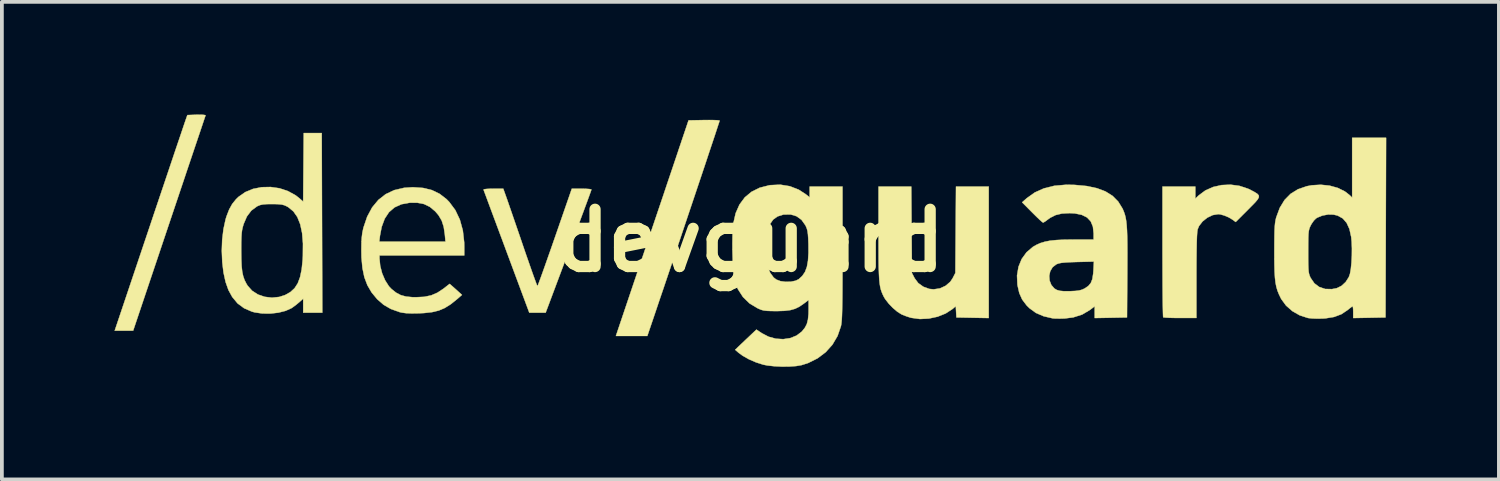
<source format=kicad_pcb>
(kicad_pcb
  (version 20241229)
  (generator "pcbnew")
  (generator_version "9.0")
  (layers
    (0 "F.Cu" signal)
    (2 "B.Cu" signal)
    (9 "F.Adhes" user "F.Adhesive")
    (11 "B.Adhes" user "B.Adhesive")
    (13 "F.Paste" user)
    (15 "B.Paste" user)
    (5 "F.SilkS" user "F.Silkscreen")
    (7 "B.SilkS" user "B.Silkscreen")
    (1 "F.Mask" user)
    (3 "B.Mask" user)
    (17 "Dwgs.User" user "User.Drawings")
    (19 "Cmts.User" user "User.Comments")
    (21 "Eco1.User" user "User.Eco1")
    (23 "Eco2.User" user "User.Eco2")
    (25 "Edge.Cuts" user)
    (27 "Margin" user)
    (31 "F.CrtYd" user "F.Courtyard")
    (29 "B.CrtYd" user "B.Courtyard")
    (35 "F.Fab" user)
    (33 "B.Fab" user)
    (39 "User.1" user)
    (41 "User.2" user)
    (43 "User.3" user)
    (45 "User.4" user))
  (footprint "devguard"
    (layer "F.Cu")
    (at 16.936 3.359)
    (property "Reference" "devguard" (at 0 0 0) (layer "F.SilkS") (effects (font (size 1.524 1.524) (thickness 0.3))))
    (attr through_hole)
    (fp_poly (pts (xy -14.557 -3.349) (xy -14.514 -3.341) (xy -14.511 -3.336) (xy -14.521 -3.306) (xy -14.548 -3.227) (xy -14.59 -3.101) (xy -14.647 -2.931) (xy -14.717 -2.723) (xy -14.8 -2.478) (xy -14.893 -2.201) (xy -14.996 -1.896) (xy -15.107 -1.564) (xy -15.226 -1.211) (xy -15.351 -0.839) (xy -15.48 -0.456) (xy -16.439 2.398) (xy -16.685 2.399) (xy -16.931 2.399) (xy -16.003 -0.36) (xy -15.875 -0.742) (xy -15.751 -1.11) (xy -15.632 -1.462) (xy -15.521 -1.792) (xy -15.418 -2.098) (xy -15.325 -2.375) (xy -15.242 -2.62) (xy -15.171 -2.829) (xy -15.114 -2.999) (xy -15.071 -3.126) (xy -15.044 -3.205) (xy -15.035 -3.231) (xy -14.995 -3.344) (xy -14.748 -3.353) (xy -14.639 -3.354) (xy -14.557 -3.349)) (stroke (width 0.01) (type solid)) (fill yes) (layer "F.SilkS"))
    (fp_poly (pts (xy -0.964 -3.21) (xy -0.873 -3.206) (xy -0.824 -3.199) (xy -0.818 -3.195) (xy -0.827 -3.165) (xy -0.853 -3.087) (xy -0.894 -2.962) (xy -0.948 -2.797) (xy -1.016 -2.594) (xy -1.095 -2.358) (xy -1.183 -2.092) (xy -1.28 -1.802) (xy -1.385 -1.49) (xy -1.495 -1.162) (xy -1.61 -0.82) (xy -1.728 -0.469) (xy -1.847 -0.114) (xy -1.967 0.243) (xy -2.086 0.596) (xy -2.203 0.943) (xy -2.316 1.278) (xy -2.425 1.597) (xy -2.526 1.898) (xy -2.526 1.898) (xy -2.744 2.54) (xy -3.581 2.54) (xy -2.789 0.191) (xy -2.667 -0.174) (xy -2.546 -0.533) (xy -2.428 -0.882) (xy -2.315 -1.216) (xy -2.21 -1.53) (xy -2.112 -1.819) (xy -2.025 -2.077) (xy -1.95 -2.3) (xy -1.889 -2.483) (xy -1.842 -2.621) (xy -1.822 -2.681) (xy -1.646 -3.203) (xy -1.232 -3.211) (xy -1.087 -3.212) (xy -0.964 -3.21)) (stroke (width 0.01) (type solid)) (fill yes) (layer "F.SilkS"))
    (fp_poly (pts (xy 4.304 0.862) (xy 4.376 1.002) (xy 4.472 1.131) (xy 4.607 1.228) (xy 4.765 1.286) (xy 4.882 1.298) (xy 5.05 1.273) (xy 5.202 1.203) (xy 5.327 1.095) (xy 5.389 1.002) (xy 5.461 0.862) (xy 5.478 -1.439) (xy 6.35 -1.439) (xy 6.35 2.062) (xy 5.489 2.046) (xy 5.481 1.897) (xy 5.472 1.747) (xy 5.385 1.821) (xy 5.203 1.94) (xy 4.988 2.026) (xy 4.755 2.076) (xy 4.518 2.088) (xy 4.291 2.057) (xy 4.262 2.05) (xy 4.152 2.014) (xy 4.043 1.971) (xy 4.022 1.961) (xy 3.916 1.894) (xy 3.798 1.794) (xy 3.686 1.678) (xy 3.595 1.561) (xy 3.559 1.502) (xy 3.526 1.435) (xy 3.499 1.37) (xy 3.476 1.303) (xy 3.458 1.226) (xy 3.444 1.135) (xy 3.433 1.024) (xy 3.426 0.887) (xy 3.42 0.719) (xy 3.417 0.514) (xy 3.416 0.267) (xy 3.415 -0.029) (xy 3.415 -0.189) (xy 3.415 -1.439) (xy 4.287 -1.439) (xy 4.304 0.862)) (stroke (width 0.01) (type solid)) (fill yes) (layer "F.SilkS"))
    (fp_poly (pts (xy 13.028 -1.458) (xy 13.256 -1.383) (xy 13.326 -1.349) (xy 13.431 -1.293) (xy 13.503 -1.248) (xy 13.542 -1.205) (xy 13.546 -1.158) (xy 13.514 -1.098) (xy 13.446 -1.017) (xy 13.34 -0.909) (xy 13.257 -0.825) (xy 12.928 -0.496) (xy 12.841 -0.56) (xy 12.743 -0.619) (xy 12.628 -0.668) (xy 12.518 -0.699) (xy 12.464 -0.705) (xy 12.315 -0.68) (xy 12.171 -0.611) (xy 12.045 -0.51) (xy 11.951 -0.388) (xy 11.913 -0.296) (xy 11.904 -0.232) (xy 11.896 -0.113) (xy 11.89 0.061) (xy 11.886 0.288) (xy 11.883 0.566) (xy 11.882 0.895) (xy 11.882 0.938) (xy 11.882 2.06) (xy 11.449 2.06) (xy 11.298 2.059) (xy 11.167 2.056) (xy 11.068 2.051) (xy 11.008 2.045) (xy 10.997 2.041) (xy 10.994 2.011) (xy 10.991 1.928) (xy 10.988 1.799) (xy 10.985 1.628) (xy 10.983 1.421) (xy 10.981 1.181) (xy 10.98 0.914) (xy 10.979 0.626) (xy 10.978 0.319) (xy 10.978 0.292) (xy 10.978 -1.439) (xy 11.853 -1.439) (xy 11.853 -1.118) (xy 11.945 -1.206) (xy 12.12 -1.336) (xy 12.326 -1.428) (xy 12.553 -1.479) (xy 12.79 -1.49) (xy 13.028 -1.458)) (stroke (width 0.01) (type solid)) (fill yes) (layer "F.SilkS"))
    (fp_poly (pts (xy -6.498 -1.15) (xy -6.47 -1.071) (xy -6.427 -0.946) (xy -6.37 -0.782) (xy -6.303 -0.587) (xy -6.228 -0.369) (xy -6.147 -0.134) (xy -6.064 0.109) (xy -6.051 0.148) (xy -5.971 0.381) (xy -5.896 0.596) (xy -5.829 0.788) (xy -5.771 0.951) (xy -5.724 1.079) (xy -5.691 1.168) (xy -5.673 1.21) (xy -5.671 1.213) (xy -5.659 1.187) (xy -5.63 1.113) (xy -5.587 0.996) (xy -5.531 0.841) (xy -5.464 0.653) (xy -5.388 0.437) (xy -5.304 0.199) (xy -5.215 -0.057) (xy -5.205 -0.085) (xy -4.755 -1.383) (xy -4.494 -1.383) (xy -4.381 -1.38) (xy -4.292 -1.374) (xy -4.241 -1.365) (xy -4.233 -1.359) (xy -4.243 -1.329) (xy -4.271 -1.25) (xy -4.316 -1.126) (xy -4.377 -0.96) (xy -4.452 -0.757) (xy -4.54 -0.521) (xy -4.638 -0.255) (xy -4.747 0.037) (xy -4.864 0.352) (xy -4.988 0.684) (xy -5.118 1.03) (xy -5.252 1.387) (xy -5.38 1.729) (xy -5.452 1.919) (xy -5.888 1.919) (xy -6.493 0.293) (xy -6.6 0.004) (xy -6.702 -0.269) (xy -6.796 -0.522) (xy -6.881 -0.75) (xy -6.955 -0.949) (xy -7.016 -1.114) (xy -7.063 -1.24) (xy -7.094 -1.323) (xy -7.107 -1.358) (xy -7.107 -1.358) (xy -7.085 -1.369) (xy -7.019 -1.377) (xy -6.919 -1.382) (xy -6.849 -1.383) (xy -6.581 -1.383) (xy -6.498 -1.15)) (stroke (width 0.01) (type solid)) (fill yes) (layer "F.SilkS"))
    (fp_poly (pts (xy -8.718 -1.403) (xy -8.483 -1.346) (xy -8.276 -1.246) (xy -8.09 -1.102) (xy -8.017 -1.026) (xy -7.857 -0.81) (xy -7.737 -0.557) (xy -7.658 -0.27) (xy -7.622 0.047) (xy -7.62 0.154) (xy -7.62 0.395) (xy -9.878 0.395) (xy -9.878 0.475) (xy -9.859 0.673) (xy -9.807 0.873) (xy -9.727 1.059) (xy -9.627 1.216) (xy -9.558 1.289) (xy -9.435 1.387) (xy -9.311 1.452) (xy -9.171 1.49) (xy -8.998 1.507) (xy -8.904 1.508) (xy -8.684 1.497) (xy -8.499 1.458) (xy -8.333 1.386) (xy -8.169 1.277) (xy -8.154 1.265) (xy -8.01 1.152) (xy -7.935 1.217) (xy -7.863 1.281) (xy -7.783 1.353) (xy -7.77 1.365) (xy -7.681 1.446) (xy -7.811 1.559) (xy -7.979 1.694) (xy -8.137 1.793) (xy -8.298 1.862) (xy -8.477 1.905) (xy -8.689 1.929) (xy -8.834 1.936) (xy -9.022 1.939) (xy -9.167 1.933) (xy -9.281 1.918) (xy -9.342 1.904) (xy -9.573 1.822) (xy -9.767 1.71) (xy -9.938 1.561) (xy -9.941 1.558) (xy -10.088 1.38) (xy -10.2 1.189) (xy -10.281 0.975) (xy -10.332 0.73) (xy -10.358 0.446) (xy -10.361 0.268) (xy -10.359 0.077) (xy -10.357 0.028) (xy -9.884 0.028) (xy -8.12 0.028) (xy -8.137 -0.162) (xy -8.167 -0.367) (xy -8.221 -0.534) (xy -8.306 -0.677) (xy -8.393 -0.779) (xy -8.535 -0.898) (xy -8.691 -0.974) (xy -8.872 -1.009) (xy -9.08 -1.008) (xy -9.296 -0.968) (xy -9.477 -0.885) (xy -9.625 -0.757) (xy -9.739 -0.584) (xy -9.82 -0.365) (xy -9.865 -0.13) (xy -9.884 0.028) (xy -10.357 0.028) (xy -10.351 -0.073) (xy -10.336 -0.199) (xy -10.312 -0.315) (xy -10.305 -0.345) (xy -10.206 -0.637) (xy -10.074 -0.883) (xy -9.909 -1.083) (xy -9.713 -1.237) (xy -9.484 -1.345) (xy -9.223 -1.406) (xy -8.989 -1.422) (xy -8.718 -1.403)) (stroke (width 0.01) (type solid)) (fill yes) (layer "F.SilkS"))
    (fp_poly (pts (xy -11.401 1.919) (xy -11.91 1.919) (xy -11.91 1.546) (xy -12.016 1.641) (xy -12.103 1.713) (xy -12.194 1.78) (xy -12.222 1.799) (xy -12.379 1.87) (xy -12.572 1.919) (xy -12.784 1.943) (xy -12.998 1.941) (xy -13.198 1.912) (xy -13.274 1.892) (xy -13.484 1.801) (xy -13.658 1.672) (xy -13.8 1.501) (xy -13.901 1.317) (xy -13.977 1.103) (xy -14.033 0.849) (xy -14.066 0.569) (xy -14.078 0.274) (xy -14.078 0.268) (xy -13.561 0.268) (xy -13.558 0.498) (xy -13.55 0.682) (xy -13.534 0.829) (xy -13.508 0.949) (xy -13.471 1.053) (xy -13.421 1.151) (xy -13.39 1.201) (xy -13.271 1.335) (xy -13.116 1.435) (xy -12.936 1.497) (xy -12.743 1.52) (xy -12.547 1.5) (xy -12.389 1.448) (xy -12.251 1.37) (xy -12.14 1.268) (xy -12.055 1.137) (xy -11.993 0.971) (xy -11.95 0.764) (xy -11.924 0.51) (xy -11.919 0.409) (xy -11.916 0.08) (xy -11.939 -0.201) (xy -11.989 -0.436) (xy -12.066 -0.628) (xy -12.171 -0.778) (xy -12.305 -0.889) (xy -12.343 -0.911) (xy -12.408 -0.941) (xy -12.478 -0.96) (xy -12.568 -0.97) (xy -12.694 -0.974) (xy -12.742 -0.974) (xy -12.882 -0.972) (xy -12.981 -0.964) (xy -13.056 -0.948) (xy -13.121 -0.922) (xy -13.142 -0.911) (xy -13.292 -0.8) (xy -13.41 -0.643) (xy -13.498 -0.439) (xy -13.498 -0.437) (xy -13.521 -0.358) (xy -13.538 -0.282) (xy -13.549 -0.196) (xy -13.556 -0.09) (xy -13.56 0.048) (xy -13.561 0.229) (xy -13.561 0.268) (xy -14.078 0.268) (xy -14.068 -0.021) (xy -14.034 -0.304) (xy -13.978 -0.563) (xy -13.954 -0.643) (xy -13.882 -0.829) (xy -13.8 -0.977) (xy -13.699 -1.102) (xy -13.633 -1.166) (xy -13.453 -1.292) (xy -13.245 -1.378) (xy -13.016 -1.423) (xy -12.779 -1.428) (xy -12.542 -1.394) (xy -12.316 -1.319) (xy -12.111 -1.206) (xy -12.029 -1.142) (xy -11.911 -1.04) (xy -11.896 -2.865) (xy -11.416 -2.865) (xy -11.401 1.919)) (stroke (width 0.01) (type solid)) (fill yes) (layer "F.SilkS"))
    (fp_poly (pts (xy 16.919 2.046) (xy 16.058 2.062) (xy 16.058 1.906) (xy 16.056 1.82) (xy 16.049 1.764) (xy 16.042 1.75) (xy 16.013 1.767) (xy 15.956 1.81) (xy 15.91 1.848) (xy 15.745 1.959) (xy 15.55 2.033) (xy 15.318 2.071) (xy 15.226 2.076) (xy 15.094 2.078) (xy 14.967 2.073) (xy 14.867 2.063) (xy 14.846 2.059) (xy 14.632 1.989) (xy 14.436 1.877) (xy 14.269 1.73) (xy 14.143 1.558) (xy 14.128 1.53) (xy 14.079 1.428) (xy 14.04 1.331) (xy 14.011 1.231) (xy 13.989 1.12) (xy 13.974 0.988) (xy 13.964 0.829) (xy 13.959 0.633) (xy 13.957 0.391) (xy 13.957 0.296) (xy 14.859 0.296) (xy 14.859 0.49) (xy 14.861 0.637) (xy 14.865 0.745) (xy 14.871 0.825) (xy 14.882 0.884) (xy 14.897 0.933) (xy 14.918 0.981) (xy 14.925 0.995) (xy 15.024 1.138) (xy 15.155 1.236) (xy 15.312 1.288) (xy 15.492 1.292) (xy 15.621 1.267) (xy 15.747 1.205) (xy 15.858 1.102) (xy 15.941 0.972) (xy 15.972 0.885) (xy 15.995 0.756) (xy 16.012 0.588) (xy 16.022 0.399) (xy 16.024 0.208) (xy 16.017 0.03) (xy 16.005 -0.096) (xy 15.958 -0.309) (xy 15.883 -0.473) (xy 15.779 -0.592) (xy 15.643 -0.667) (xy 15.534 -0.693) (xy 15.389 -0.696) (xy 15.236 -0.667) (xy 15.103 -0.613) (xy 15.068 -0.591) (xy 15.01 -0.533) (xy 14.95 -0.447) (xy 14.925 -0.402) (xy 14.902 -0.353) (xy 14.886 -0.306) (xy 14.874 -0.25) (xy 14.866 -0.176) (xy 14.862 -0.077) (xy 14.86 0.058) (xy 14.859 0.239) (xy 14.859 0.296) (xy 13.957 0.296) (xy 13.958 0.063) (xy 13.96 -0.123) (xy 13.963 -0.268) (xy 13.969 -0.381) (xy 13.978 -0.471) (xy 13.99 -0.544) (xy 14.005 -0.609) (xy 14.008 -0.619) (xy 14.102 -0.873) (xy 14.229 -1.082) (xy 14.39 -1.246) (xy 14.587 -1.368) (xy 14.822 -1.449) (xy 14.957 -1.474) (xy 15.195 -1.488) (xy 15.429 -1.464) (xy 15.646 -1.404) (xy 15.835 -1.311) (xy 15.953 -1.22) (xy 16.03 -1.147) (xy 16.03 -2.738) (xy 16.934 -2.738) (xy 16.919 2.046)) (stroke (width 0.01) (type solid)) (fill yes) (layer "F.SilkS"))
    (fp_poly (pts (xy 8.636 -1.484) (xy 8.957 -1.454) (xy 9.231 -1.396) (xy 9.461 -1.309) (xy 9.649 -1.191) (xy 9.798 -1.041) (xy 9.911 -0.858) (xy 9.922 -0.836) (xy 9.951 -0.766) (xy 9.976 -0.694) (xy 9.996 -0.614) (xy 10.012 -0.521) (xy 10.024 -0.409) (xy 10.033 -0.272) (xy 10.039 -0.106) (xy 10.042 0.097) (xy 10.043 0.34) (xy 10.042 0.631) (xy 10.041 0.861) (xy 10.033 2.046) (xy 9.172 2.062) (xy 9.172 1.75) (xy 9.046 1.846) (xy 8.839 1.969) (xy 8.6 2.045) (xy 8.369 2.074) (xy 8.249 2.077) (xy 8.141 2.076) (xy 8.065 2.072) (xy 8.057 2.071) (xy 7.812 2.014) (xy 7.607 1.926) (xy 7.434 1.8) (xy 7.356 1.722) (xy 7.241 1.569) (xy 7.164 1.397) (xy 7.117 1.191) (xy 7.114 1.173) (xy 7.104 0.938) (xy 7.961 0.938) (xy 7.971 1.064) (xy 8.017 1.181) (xy 8.098 1.275) (xy 8.164 1.314) (xy 8.242 1.337) (xy 8.355 1.348) (xy 8.513 1.347) (xy 8.523 1.347) (xy 8.662 1.34) (xy 8.76 1.328) (xy 8.837 1.306) (xy 8.908 1.273) (xy 8.914 1.269) (xy 9.006 1.205) (xy 9.07 1.127) (xy 9.11 1.024) (xy 9.132 0.882) (xy 9.139 0.794) (xy 9.151 0.558) (xy 8.703 0.569) (xy 8.52 0.575) (xy 8.384 0.583) (xy 8.284 0.593) (xy 8.212 0.608) (xy 8.157 0.628) (xy 8.151 0.631) (xy 8.051 0.708) (xy 7.988 0.815) (xy 7.961 0.938) (xy 7.104 0.938) (xy 7.104 0.927) (xy 7.143 0.697) (xy 7.227 0.491) (xy 7.356 0.312) (xy 7.525 0.168) (xy 7.618 0.114) (xy 7.727 0.065) (xy 7.847 0.029) (xy 7.985 0.002) (xy 8.152 -0.015) (xy 8.357 -0.025) (xy 8.609 -0.028) (xy 8.615 -0.028) (xy 9.144 -0.028) (xy 9.144 -0.192) (xy 9.125 -0.371) (xy 9.067 -0.512) (xy 8.968 -0.617) (xy 8.827 -0.687) (xy 8.641 -0.725) (xy 8.505 -0.732) (xy 8.299 -0.721) (xy 8.13 -0.68) (xy 7.985 -0.607) (xy 7.925 -0.563) (xy 7.859 -0.514) (xy 7.81 -0.484) (xy 7.797 -0.48) (xy 7.77 -0.499) (xy 7.711 -0.551) (xy 7.629 -0.629) (xy 7.532 -0.725) (xy 7.507 -0.75) (xy 7.239 -1.02) (xy 7.366 -1.132) (xy 7.576 -1.282) (xy 7.819 -1.391) (xy 8.096 -1.46) (xy 8.411 -1.488) (xy 8.636 -1.484)) (stroke (width 0.01) (type solid)) (fill yes) (layer "F.SilkS"))
    (fp_poly (pts (xy 1.051 -1.449) (xy 1.288 -1.357) (xy 1.475 -1.236) (xy 1.58 -1.152) (xy 1.58 -1.439) (xy 2.455 -1.439) (xy 2.455 0.332) (xy 2.455 0.704) (xy 2.454 1.024) (xy 2.453 1.297) (xy 2.451 1.526) (xy 2.448 1.716) (xy 2.445 1.872) (xy 2.441 1.997) (xy 2.436 2.096) (xy 2.429 2.173) (xy 2.422 2.233) (xy 2.413 2.279) (xy 2.412 2.283) (xy 2.323 2.54) (xy 2.187 2.771) (xy 2.008 2.971) (xy 1.791 3.135) (xy 1.54 3.26) (xy 1.365 3.316) (xy 1.221 3.341) (xy 1.04 3.354) (xy 0.841 3.356) (xy 0.64 3.346) (xy 0.456 3.326) (xy 0.345 3.304) (xy 0.155 3.244) (xy -0.035 3.162) (xy -0.205 3.066) (xy -0.308 2.991) (xy -0.405 2.908) (xy -0.252 2.762) (xy -0.152 2.667) (xy -0.046 2.567) (xy 0.032 2.493) (xy 0.162 2.37) (xy 0.306 2.466) (xy 0.486 2.56) (xy 0.68 2.613) (xy 0.876 2.625) (xy 1.063 2.597) (xy 1.232 2.529) (xy 1.371 2.423) (xy 1.377 2.416) (xy 1.453 2.321) (xy 1.505 2.221) (xy 1.535 2.103) (xy 1.55 1.953) (xy 1.552 1.828) (xy 1.552 1.581) (xy 1.427 1.676) (xy 1.308 1.758) (xy 1.192 1.815) (xy 1.065 1.851) (xy 0.912 1.87) (xy 0.719 1.877) (xy 0.691 1.877) (xy 0.542 1.875) (xy 0.435 1.87) (xy 0.354 1.86) (xy 0.285 1.841) (xy 0.214 1.811) (xy 0.193 1.801) (xy -0.022 1.672) (xy -0.197 1.501) (xy -0.332 1.292) (xy -0.409 1.101) (xy -0.429 1.007) (xy -0.446 0.867) (xy -0.46 0.694) (xy -0.47 0.498) (xy -0.476 0.29) (xy -0.477 0.226) (xy 0.409 0.226) (xy 0.421 0.474) (xy 0.461 0.685) (xy 0.527 0.855) (xy 0.619 0.981) (xy 0.693 1.038) (xy 0.804 1.08) (xy 0.941 1.098) (xy 1.083 1.094) (xy 1.21 1.067) (xy 1.29 1.027) (xy 1.384 0.94) (xy 1.456 0.834) (xy 1.506 0.702) (xy 1.536 0.535) (xy 1.549 0.328) (xy 1.548 0.098) (xy 1.542 -0.059) (xy 1.534 -0.173) (xy 1.522 -0.257) (xy 1.504 -0.324) (xy 1.478 -0.386) (xy 1.465 -0.411) (xy 1.364 -0.553) (xy 1.232 -0.649) (xy 1.073 -0.697) (xy 0.891 -0.694) (xy 0.876 -0.692) (xy 0.726 -0.645) (xy 0.608 -0.561) (xy 0.52 -0.435) (xy 0.46 -0.264) (xy 0.425 -0.054) (xy 0.409 0.226) (xy -0.477 0.226) (xy -0.478 0.081) (xy -0.475 -0.117) (xy -0.468 -0.293) (xy -0.455 -0.437) (xy -0.452 -0.461) (xy -0.391 -0.73) (xy -0.289 -0.96) (xy -0.148 -1.151) (xy 0.031 -1.3) (xy 0.248 -1.408) (xy 0.502 -1.473) (xy 0.527 -1.477) (xy 0.796 -1.49) (xy 1.051 -1.449)) (stroke (width 0.01) (type solid)) (fill yes) (layer "F.SilkS")))
  (gr_rect
    (start -3 -3)
    (end 36.875 9.72)
    (stroke (width 0.1) (type default))
    (fill no)
    (layer "Edge.Cuts")))
</source>
